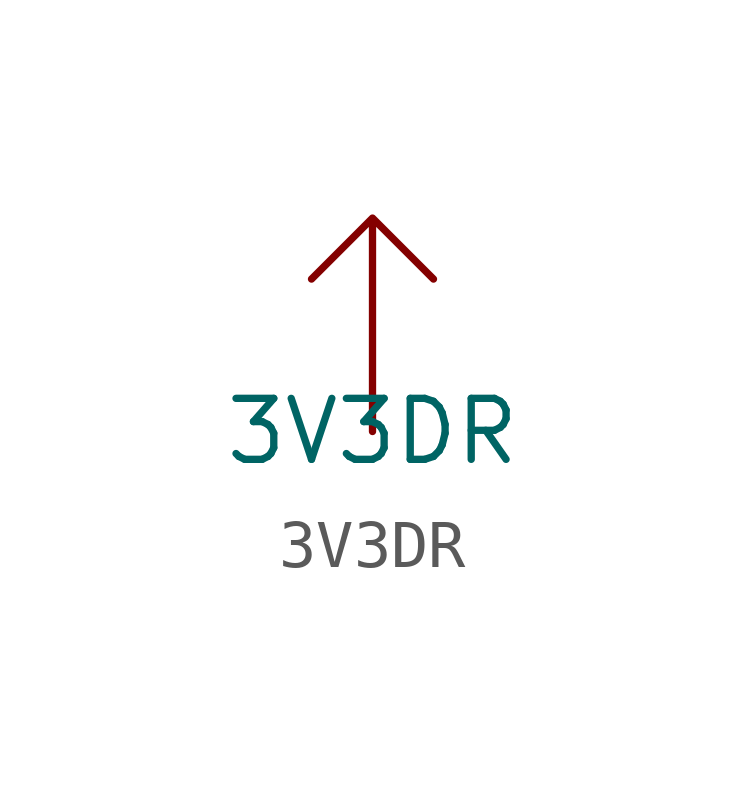
<source format=kicad_sym>
(kicad_symbol_lib
  (version 20231120)
  (generator "kicad_symbol_editor")
  (generator_version "8.0")
  (symbol "3V3DR"
    (power)
    (property "Reference" "#PWR"
      (at 0 0 0)
      (effects (font (size 1.27 1.27)) (hide yes)))
    (property "Value" "3V3DR"
      (at 0 0 0)
      (effects (font (size 1.27 1.27))))
    (symbol "3V3DR_0_1"
      (polyline (pts (xy 0 0) (xy 0 4.445) (xy -1.27 3.175) (xy 0 4.445) (xy 1.27 3.175)) (stroke (width 0) (type default)) (fill (type none))))
    (symbol "3V3DR_1_1"
      (pin power_out line (at 0 0 90) (length 2.54) hide (name "3V3DR" (effects (font (size 1.27 1.27)))) (number "" (effects (font (size 1.27 1.27))))))))
</source>
